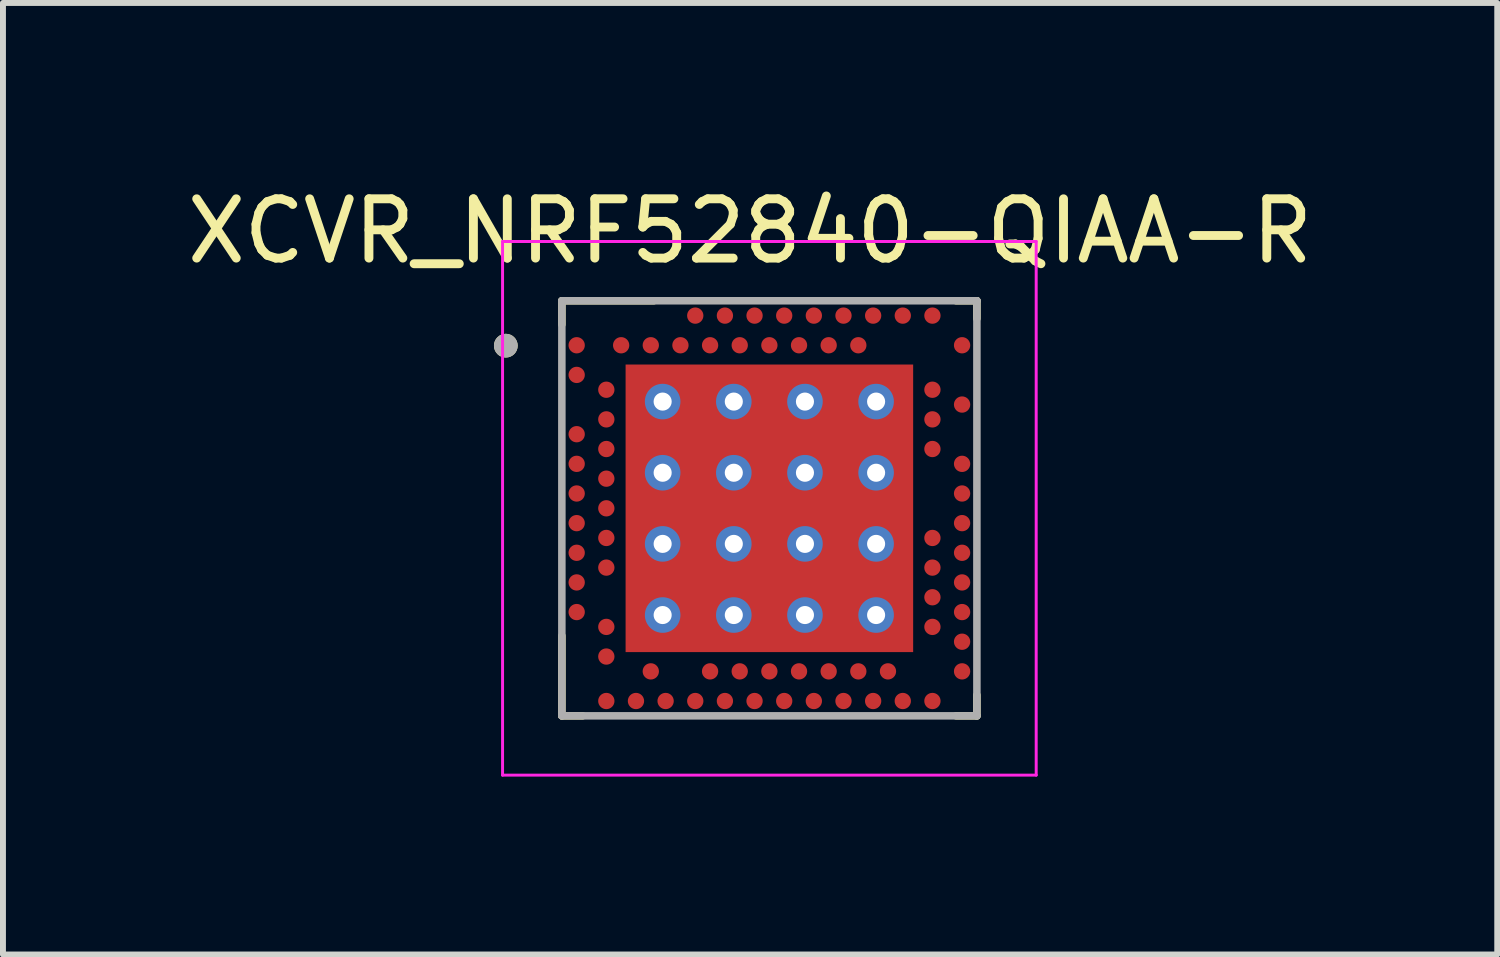
<source format=kicad_pcb>
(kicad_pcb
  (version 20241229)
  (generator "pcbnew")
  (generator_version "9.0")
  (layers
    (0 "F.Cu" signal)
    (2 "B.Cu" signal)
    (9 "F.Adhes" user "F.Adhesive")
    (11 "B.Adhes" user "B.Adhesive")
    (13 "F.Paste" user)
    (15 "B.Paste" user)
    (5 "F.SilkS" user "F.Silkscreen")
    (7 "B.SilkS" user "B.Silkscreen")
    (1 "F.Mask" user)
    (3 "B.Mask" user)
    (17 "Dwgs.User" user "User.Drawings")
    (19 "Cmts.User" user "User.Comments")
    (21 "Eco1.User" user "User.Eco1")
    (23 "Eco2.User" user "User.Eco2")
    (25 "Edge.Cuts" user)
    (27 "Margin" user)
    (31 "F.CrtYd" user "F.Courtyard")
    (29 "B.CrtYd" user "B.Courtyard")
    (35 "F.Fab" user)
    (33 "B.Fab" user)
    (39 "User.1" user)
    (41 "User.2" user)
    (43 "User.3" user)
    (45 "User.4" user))
  (footprint "XCVR_NRF52840-QIAA-R"
    (layer "F.Cu")
    (at 9.926 5.523)
    (property "Reference" "XCVR_NRF52840-QIAA-R" (at -0.325 -4.675 0) (layer "F.SilkS") (effects (font (size 1 1) (thickness 0.15))))
    (attr through_hole)
    (fp_line (start -3.5 -3.5) (end -1.95 -3.5) (stroke (width 0.127) (type solid)) (layer "F.SilkS"))
    (fp_line (start -3.5 -3.1) (end -3.5 -3.5) (stroke (width 0.127) (type solid)) (layer "F.SilkS"))
    (fp_line (start -3.5 3.5) (end -3.5 2.15) (stroke (width 0.127) (type solid)) (layer "F.SilkS"))
    (fp_line (start -3.15 3.5) (end -3.5 3.5) (stroke (width 0.127) (type solid)) (layer "F.SilkS"))
    (fp_line (start 3.15 -3.5) (end 3.5 -3.5) (stroke (width 0.127) (type solid)) (layer "F.SilkS"))
    (fp_line (start 3.5 -3.5) (end 3.5 -3.2) (stroke (width 0.127) (type solid)) (layer "F.SilkS"))
    (fp_line (start 3.5 3.15) (end 3.5 3.5) (stroke (width 0.127) (type solid)) (layer "F.SilkS"))
    (fp_line (start 3.5 3.5) (end 3.15 3.5) (stroke (width 0.127) (type solid)) (layer "F.SilkS"))
    (fp_circle (center -4.445 -2.743) (end -4.345 -2.743) (stroke (width 0.2) (type solid)) (fill no) (layer "F.SilkS"))
    (fp_poly (pts (xy -2.075 -2.075) (xy -0.355 -2.075) (xy -0.355 -0.355) (xy -2.075 -0.355)) (stroke (width 0.01) (type solid)) (fill yes) (layer "F.Paste"))
    (fp_poly (pts (xy -2.075 0.355) (xy -0.355 0.355) (xy -0.355 2.075) (xy -2.075 2.075)) (stroke (width 0.01) (type solid)) (fill yes) (layer "F.Paste"))
    (fp_poly (pts (xy 0.355 -2.075) (xy 2.075 -2.075) (xy 2.075 -0.355) (xy 0.355 -0.355)) (stroke (width 0.01) (type solid)) (fill yes) (layer "F.Paste"))
    (fp_poly (pts (xy 0.355 0.355) (xy 2.075 0.355) (xy 2.075 2.075) (xy 0.355 2.075)) (stroke (width 0.01) (type solid)) (fill yes) (layer "F.Paste"))
    (fp_line (start -4.5 -4.5) (end -4.5 4.5) (stroke (width 0.05) (type solid)) (layer "F.CrtYd"))
    (fp_line (start -4.5 4.5) (end 4.5 4.5) (stroke (width 0.05) (type solid)) (layer "F.CrtYd"))
    (fp_line (start 4.5 -4.5) (end -4.5 -4.5) (stroke (width 0.05) (type solid)) (layer "F.CrtYd"))
    (fp_line (start 4.5 4.5) (end 4.5 -4.5) (stroke (width 0.05) (type solid)) (layer "F.CrtYd"))
    (fp_line (start -3.5 -3.5) (end 3.5 -3.5) (stroke (width 0.127) (type solid)) (layer "F.Fab"))
    (fp_line (start -3.5 3.5) (end -3.5 -3.5) (stroke (width 0.127) (type solid)) (layer "F.Fab"))
    (fp_line (start 3.5 -3.5) (end 3.5 3.5) (stroke (width 0.127) (type solid)) (layer "F.Fab"))
    (fp_line (start 3.5 3.5) (end -3.5 3.5) (stroke (width 0.127) (type solid)) (layer "F.Fab"))
    (fp_circle (center -4.445 -2.743) (end -4.345 -2.743) (stroke (width 0.2) (type solid)) (fill no) (layer "F.Fab"))
    (pad "74" smd rect (at 0 0) (size 4.85 4.85) (layers "F.Cu" "F.Mask"))
    (pad "74_1" thru_hole circle (at -1.8 -1.8) (size 0.6 0.6) (drill 0.305) (layers "*.Cu" "*.Mask"))
    (pad "74_2" thru_hole circle (at -0.6 -1.8) (size 0.6 0.6) (drill 0.305) (layers "*.Cu" "*.Mask"))
    (pad "74_3" thru_hole circle (at 0.6 -1.8) (size 0.6 0.6) (drill 0.305) (layers "*.Cu" "*.Mask"))
    (pad "74_4" thru_hole circle (at 1.8 -1.8) (size 0.6 0.6) (drill 0.305) (layers "*.Cu" "*.Mask"))
    (pad "74_5" thru_hole circle (at -1.8 -0.6) (size 0.6 0.6) (drill 0.305) (layers "*.Cu" "*.Mask"))
    (pad "74_6" thru_hole circle (at -0.6 -0.6) (size 0.6 0.6) (drill 0.305) (layers "*.Cu" "*.Mask"))
    (pad "74_7" thru_hole circle (at 0.6 -0.6) (size 0.6 0.6) (drill 0.305) (layers "*.Cu" "*.Mask"))
    (pad "74_8" thru_hole circle (at 1.8 -0.6) (size 0.6 0.6) (drill 0.305) (layers "*.Cu" "*.Mask"))
    (pad "74_9" thru_hole circle (at -1.8 0.6) (size 0.6 0.6) (drill 0.305) (layers "*.Cu" "*.Mask"))
    (pad "74_10" thru_hole circle (at -0.6 0.6) (size 0.6 0.6) (drill 0.305) (layers "*.Cu" "*.Mask"))
    (pad "74_11" thru_hole circle (at 0.6 0.6) (size 0.6 0.6) (drill 0.305) (layers "*.Cu" "*.Mask"))
    (pad "74_12" thru_hole circle (at 1.8 0.6) (size 0.6 0.6) (drill 0.305) (layers "*.Cu" "*.Mask"))
    (pad "74_13" thru_hole circle (at -1.8 1.8) (size 0.6 0.6) (drill 0.305) (layers "*.Cu" "*.Mask"))
    (pad "74_14" thru_hole circle (at -0.6 1.8) (size 0.6 0.6) (drill 0.305) (layers "*.Cu" "*.Mask"))
    (pad "74_15" thru_hole circle (at 0.6 1.8) (size 0.6 0.6) (drill 0.305) (layers "*.Cu" "*.Mask"))
    (pad "74_16" thru_hole circle (at 1.8 1.8) (size 0.6 0.6) (drill 0.305) (layers "*.Cu" "*.Mask"))
    (pad "A8" smd circle (at -1.25 -3.25) (size 0.275 0.275) (layers "F.Cu" "F.Mask" "F.Paste"))
    (pad "A10" smd circle (at -0.75 -3.25) (size 0.275 0.275) (layers "F.Cu" "F.Mask" "F.Paste"))
    (pad "A12" smd circle (at -0.25 -3.25) (size 0.275 0.275) (layers "F.Cu" "F.Mask" "F.Paste"))
    (pad "A14" smd circle (at 0.25 -3.25) (size 0.275 0.275) (layers "F.Cu" "F.Mask" "F.Paste"))
    (pad "A16" smd circle (at 0.75 -3.25) (size 0.275 0.275) (layers "F.Cu" "F.Mask" "F.Paste"))
    (pad "A18" smd circle (at 1.25 -3.25) (size 0.275 0.275) (layers "F.Cu" "F.Mask" "F.Paste"))
    (pad "A20" smd circle (at 1.75 -3.25) (size 0.275 0.275) (layers "F.Cu" "F.Mask" "F.Paste"))
    (pad "A22" smd circle (at 2.25 -3.25) (size 0.275 0.275) (layers "F.Cu" "F.Mask" "F.Paste"))
    (pad "A23" smd circle (at 2.75 -3.25) (size 0.275 0.275) (layers "F.Cu" "F.Mask" "F.Paste"))
    (pad "AA24" smd circle (at 3.25 2.25) (size 0.275 0.275) (layers "F.Cu" "F.Mask" "F.Paste"))
    (pad "AB2" smd circle (at -2.75 2.5) (size 0.275 0.275) (layers "F.Cu" "F.Mask" "F.Paste"))
    (pad "AC5" smd circle (at -2 2.75) (size 0.275 0.275) (layers "F.Cu" "F.Mask" "F.Paste"))
    (pad "AC9" smd circle (at -1 2.75) (size 0.275 0.275) (layers "F.Cu" "F.Mask" "F.Paste"))
    (pad "AC11" smd circle (at -0.5 2.75) (size 0.275 0.275) (layers "F.Cu" "F.Mask" "F.Paste"))
    (pad "AC13" smd circle (at 0 2.75) (size 0.275 0.275) (layers "F.Cu" "F.Mask" "F.Paste"))
    (pad "AC15" smd circle (at 0.5 2.75) (size 0.275 0.275) (layers "F.Cu" "F.Mask" "F.Paste"))
    (pad "AC17" smd circle (at 1 2.75) (size 0.275 0.275) (layers "F.Cu" "F.Mask" "F.Paste"))
    (pad "AC19" smd circle (at 1.5 2.75) (size 0.275 0.275) (layers "F.Cu" "F.Mask" "F.Paste"))
    (pad "AC21" smd circle (at 2 2.75) (size 0.275 0.275) (layers "F.Cu" "F.Mask" "F.Paste"))
    (pad "AC24" smd circle (at 3.25 2.75) (size 0.275 0.275) (layers "F.Cu" "F.Mask" "F.Paste"))
    (pad "AD2" smd circle (at -2.75 3.25) (size 0.275 0.275) (layers "F.Cu" "F.Mask" "F.Paste"))
    (pad "AD4" smd circle (at -2.25 3.25) (size 0.275 0.275) (layers "F.Cu" "F.Mask" "F.Paste"))
    (pad "AD6" smd circle (at -1.75 3.25) (size 0.275 0.275) (layers "F.Cu" "F.Mask" "F.Paste"))
    (pad "AD8" smd circle (at -1.25 3.25) (size 0.275 0.275) (layers "F.Cu" "F.Mask" "F.Paste"))
    (pad "AD10" smd circle (at -0.75 3.25) (size 0.275 0.275) (layers "F.Cu" "F.Mask" "F.Paste"))
    (pad "AD12" smd circle (at -0.25 3.25) (size 0.275 0.275) (layers "F.Cu" "F.Mask" "F.Paste"))
    (pad "AD14" smd circle (at 0.25 3.25) (size 0.275 0.275) (layers "F.Cu" "F.Mask" "F.Paste"))
    (pad "AD16" smd circle (at 0.75 3.25) (size 0.275 0.275) (layers "F.Cu" "F.Mask" "F.Paste"))
    (pad "AD18" smd circle (at 1.25 3.25) (size 0.275 0.275) (layers "F.Cu" "F.Mask" "F.Paste"))
    (pad "AD20" smd circle (at 1.75 3.25) (size 0.275 0.275) (layers "F.Cu" "F.Mask" "F.Paste"))
    (pad "AD22" smd circle (at 2.25 3.25) (size 0.275 0.275) (layers "F.Cu" "F.Mask" "F.Paste"))
    (pad "AD23" smd circle (at 2.75 3.25) (size 0.275 0.275) (layers "F.Cu" "F.Mask" "F.Paste"))
    (pad "B1" smd circle (at -3.25 -2.75) (size 0.275 0.275) (layers "F.Cu" "F.Mask" "F.Paste"))
    (pad "B3" smd circle (at -2.5 -2.75) (size 0.275 0.275) (layers "F.Cu" "F.Mask" "F.Paste"))
    (pad "B5" smd circle (at -2 -2.75) (size 0.275 0.275) (layers "F.Cu" "F.Mask" "F.Paste"))
    (pad "B7" smd circle (at -1.5 -2.75) (size 0.275 0.275) (layers "F.Cu" "F.Mask" "F.Paste"))
    (pad "B9" smd circle (at -1 -2.75) (size 0.275 0.275) (layers "F.Cu" "F.Mask" "F.Paste"))
    (pad "B11" smd circle (at -0.5 -2.75) (size 0.275 0.275) (layers "F.Cu" "F.Mask" "F.Paste"))
    (pad "B13" smd circle (at 0 -2.75) (size 0.275 0.275) (layers "F.Cu" "F.Mask" "F.Paste"))
    (pad "B15" smd circle (at 0.5 -2.75) (size 0.275 0.275) (layers "F.Cu" "F.Mask" "F.Paste"))
    (pad "B17" smd circle (at 1 -2.75) (size 0.275 0.275) (layers "F.Cu" "F.Mask" "F.Paste"))
    (pad "B19" smd circle (at 1.5 -2.75) (size 0.275 0.275) (layers "F.Cu" "F.Mask" "F.Paste"))
    (pad "B24" smd circle (at 3.25 -2.75) (size 0.275 0.275) (layers "F.Cu" "F.Mask" "F.Paste"))
    (pad "C1" smd circle (at -3.25 -2.25) (size 0.275 0.275) (layers "F.Cu" "F.Mask" "F.Paste"))
    (pad "D2" smd circle (at -2.75 -2) (size 0.275 0.275) (layers "F.Cu" "F.Mask" "F.Paste"))
    (pad "D23" smd circle (at 2.75 -2) (size 0.275 0.275) (layers "F.Cu" "F.Mask" "F.Paste"))
    (pad "E24" smd circle (at 3.25 -1.75) (size 0.275 0.275) (layers "F.Cu" "F.Mask" "F.Paste"))
    (pad "F2" smd circle (at -2.75 -1.5) (size 0.275 0.275) (layers "F.Cu" "F.Mask" "F.Paste"))
    (pad "F23" smd circle (at 2.75 -1.5) (size 0.275 0.275) (layers "F.Cu" "F.Mask" "F.Paste"))
    (pad "G1" smd circle (at -3.25 -1.25) (size 0.275 0.275) (layers "F.Cu" "F.Mask" "F.Paste"))
    (pad "H2" smd circle (at -2.75 -1) (size 0.275 0.275) (layers "F.Cu" "F.Mask" "F.Paste"))
    (pad "H23" smd circle (at 2.75 -1) (size 0.275 0.275) (layers "F.Cu" "F.Mask" "F.Paste"))
    (pad "J1" smd circle (at -3.25 -0.75) (size 0.275 0.275) (layers "F.Cu" "F.Mask" "F.Paste"))
    (pad "J24" smd circle (at 3.25 -0.75) (size 0.275 0.275) (layers "F.Cu" "F.Mask" "F.Paste"))
    (pad "K2" smd circle (at -2.75 -0.5) (size 0.275 0.275) (layers "F.Cu" "F.Mask" "F.Paste"))
    (pad "L1" smd circle (at -3.25 -0.25) (size 0.275 0.275) (layers "F.Cu" "F.Mask" "F.Paste"))
    (pad "L24" smd circle (at 3.25 -0.25) (size 0.275 0.275) (layers "F.Cu" "F.Mask" "F.Paste"))
    (pad "M2" smd circle (at -2.75 0) (size 0.275 0.275) (layers "F.Cu" "F.Mask" "F.Paste"))
    (pad "N1" smd circle (at -3.25 0.25) (size 0.275 0.275) (layers "F.Cu" "F.Mask" "F.Paste"))
    (pad "N24" smd circle (at 3.25 0.25) (size 0.275 0.275) (layers "F.Cu" "F.Mask" "F.Paste"))
    (pad "P2" smd circle (at -2.75 0.5) (size 0.275 0.275) (layers "F.Cu" "F.Mask" "F.Paste"))
    (pad "P23" smd circle (at 2.75 0.5) (size 0.275 0.275) (layers "F.Cu" "F.Mask" "F.Paste"))
    (pad "R1" smd circle (at -3.25 0.75) (size 0.275 0.275) (layers "F.Cu" "F.Mask" "F.Paste"))
    (pad "R24" smd circle (at 3.25 0.75) (size 0.275 0.275) (layers "F.Cu" "F.Mask" "F.Paste"))
    (pad "T2" smd circle (at -2.75 1) (size 0.275 0.275) (layers "F.Cu" "F.Mask" "F.Paste"))
    (pad "T23" smd circle (at 2.75 1) (size 0.275 0.275) (layers "F.Cu" "F.Mask" "F.Paste"))
    (pad "U1" smd circle (at -3.25 1.25) (size 0.275 0.275) (layers "F.Cu" "F.Mask" "F.Paste"))
    (pad "U24" smd circle (at 3.25 1.25) (size 0.275 0.275) (layers "F.Cu" "F.Mask" "F.Paste"))
    (pad "V23" smd circle (at 2.75 1.5) (size 0.275 0.275) (layers "F.Cu" "F.Mask" "F.Paste"))
    (pad "W1" smd circle (at -3.25 1.75) (size 0.275 0.275) (layers "F.Cu" "F.Mask" "F.Paste"))
    (pad "W24" smd circle (at 3.25 1.75) (size 0.275 0.275) (layers "F.Cu" "F.Mask" "F.Paste"))
    (pad "Y2" smd circle (at -2.75 2) (size 0.275 0.275) (layers "F.Cu" "F.Mask" "F.Paste"))
    (pad "Y23" smd circle (at 2.75 2) (size 0.275 0.275) (layers "F.Cu" "F.Mask" "F.Paste")))
  (gr_rect
    (start -3 -3)
    (end 22.202 13.048)
    (stroke (width 0.1) (type default))
    (fill no)
    (layer "Edge.Cuts")))
</source>
